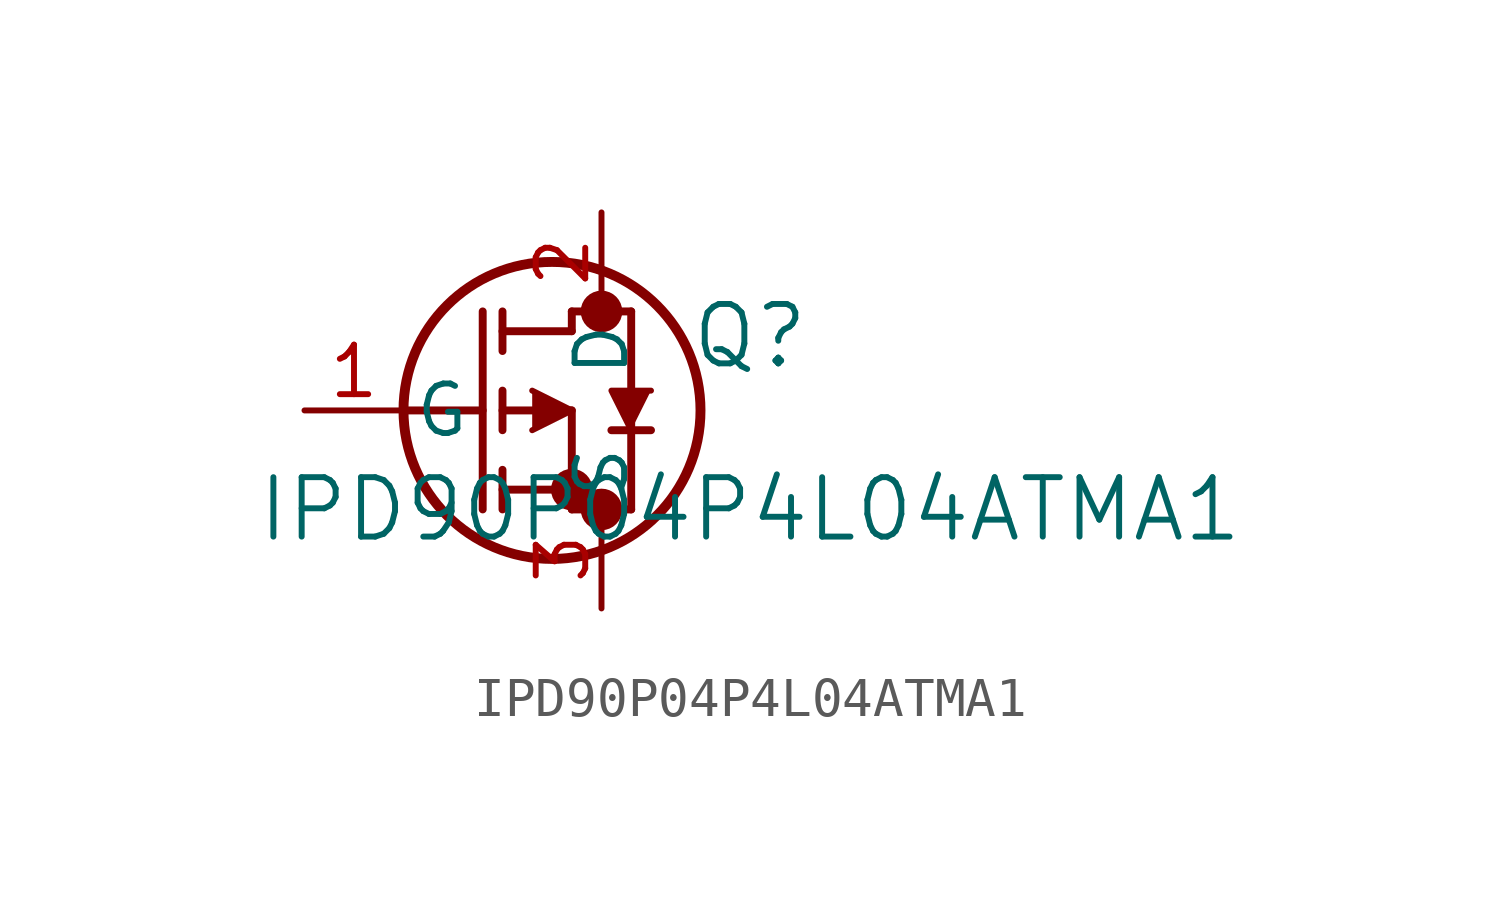
<source format=kicad_sym>
(kicad_symbol_lib
  (version 20241209)
  (generator "kicad_symbol_editor")
  (generator_version "9.0")
  (symbol "IPD90P04P4L04ATMA1"
    (pin_names
      (offset 0.254))
    (property "Reference" "Q"
      (at 11.43 1.905 0)
      (effects (font (size 1.524 1.524))))
    (property "Value" "IPD90P04P4L04ATMA1"
      (at 11.43 -2.54 0)
      (effects (font (size 1.524 1.524))))
    (property "ki_locked" ""
      (at 0 0 0)
      (effects (font (size 1.27 1.27))))
    (symbol "IPD90P04P4L04ATMA1_0_1"
      (polyline (pts (xy 2.54 0) (xy 4.572 0)) (stroke (width 0.203) (type default)) (fill (type none)))
      (polyline (pts (xy 4.572 -2.54) (xy 4.572 2.54)) (stroke (width 0.203) (type default)) (fill (type none)))
      (polyline (pts (xy 5.08 2.032) (xy 6.858 2.032)) (stroke (width 0.203) (type default)) (fill (type none)))
      (polyline (pts (xy 5.08 1.524) (xy 5.08 2.54)) (stroke (width 0.203) (type default)) (fill (type none)))
      (polyline (pts (xy 5.08 0) (xy 6.858 0)) (stroke (width 0.203) (type default)) (fill (type none)))
      (polyline (pts (xy 5.08 -0.508) (xy 5.08 0.508)) (stroke (width 0.203) (type default)) (fill (type none)))
      (polyline (pts (xy 5.08 -2.032) (xy 6.858 -2.032)) (stroke (width 0.203) (type default)) (fill (type none)))
      (polyline (pts (xy 5.08 -2.54) (xy 5.08 -1.524)) (stroke (width 0.203) (type default)) (fill (type none)))
      (polyline (pts (xy 5.842 0.508) (xy 6.858 0) (xy 5.842 -0.508)) (stroke (width 0) (type default)) (fill (type outline)))
      (circle (center 6.35 0) (radius 3.81) (stroke (width 0.254) (type default)) (fill (type none)))
      (polyline (pts (xy 6.858 2.54) (xy 8.382 2.54)) (stroke (width 0.203) (type default)) (fill (type none)))
      (polyline (pts (xy 6.858 2.032) (xy 6.858 2.54)) (stroke (width 0.203) (type default)) (fill (type none)))
      (circle (center 6.858 -2.032) (radius 0.025) (stroke (width 0.508) (type default)) (fill (type none)))
      (polyline (pts (xy 6.858 -2.54) (xy 6.858 0)) (stroke (width 0.203) (type default)) (fill (type none)))
      (polyline (pts (xy 6.858 -2.54) (xy 8.382 -2.54)) (stroke (width 0.203) (type default)) (fill (type none)))
      (circle (center 7.62 2.54) (radius 0.025) (stroke (width 0.508) (type default)) (fill (type none)))
      (circle (center 7.62 -2.54) (radius 0.025) (stroke (width 0.508) (type default)) (fill (type none)))
      (polyline (pts (xy 8.382 -2.54) (xy 8.382 2.54)) (stroke (width 0.203) (type default)) (fill (type none)))
      (polyline (pts (xy 8.89 0.508) (xy 7.874 0.508) (xy 8.382 -0.508)) (stroke (width 0) (type default)) (fill (type outline)))
      (polyline (pts (xy 8.89 -0.508) (xy 7.874 -0.508)) (stroke (width 0.203) (type default)) (fill (type none)))
      (pin unspecified line (at 0 0 0) (length 2.54) (name "G" (effects (font (size 1.27 1.27)))) (number "1" (effects (font (size 1.27 1.27)))))
      (pin unspecified line (at 7.62 5.08 270) (length 2.54) (name "D" (effects (font (size 1.27 1.27)))) (number "2" (effects (font (size 1.27 1.27)))))
      (pin unspecified line (at 7.62 -5.08 90) (length 2.54) (name "S" (effects (font (size 1.27 1.27)))) (number "3" (effects (font (size 1.27 1.27))))))))
</source>
